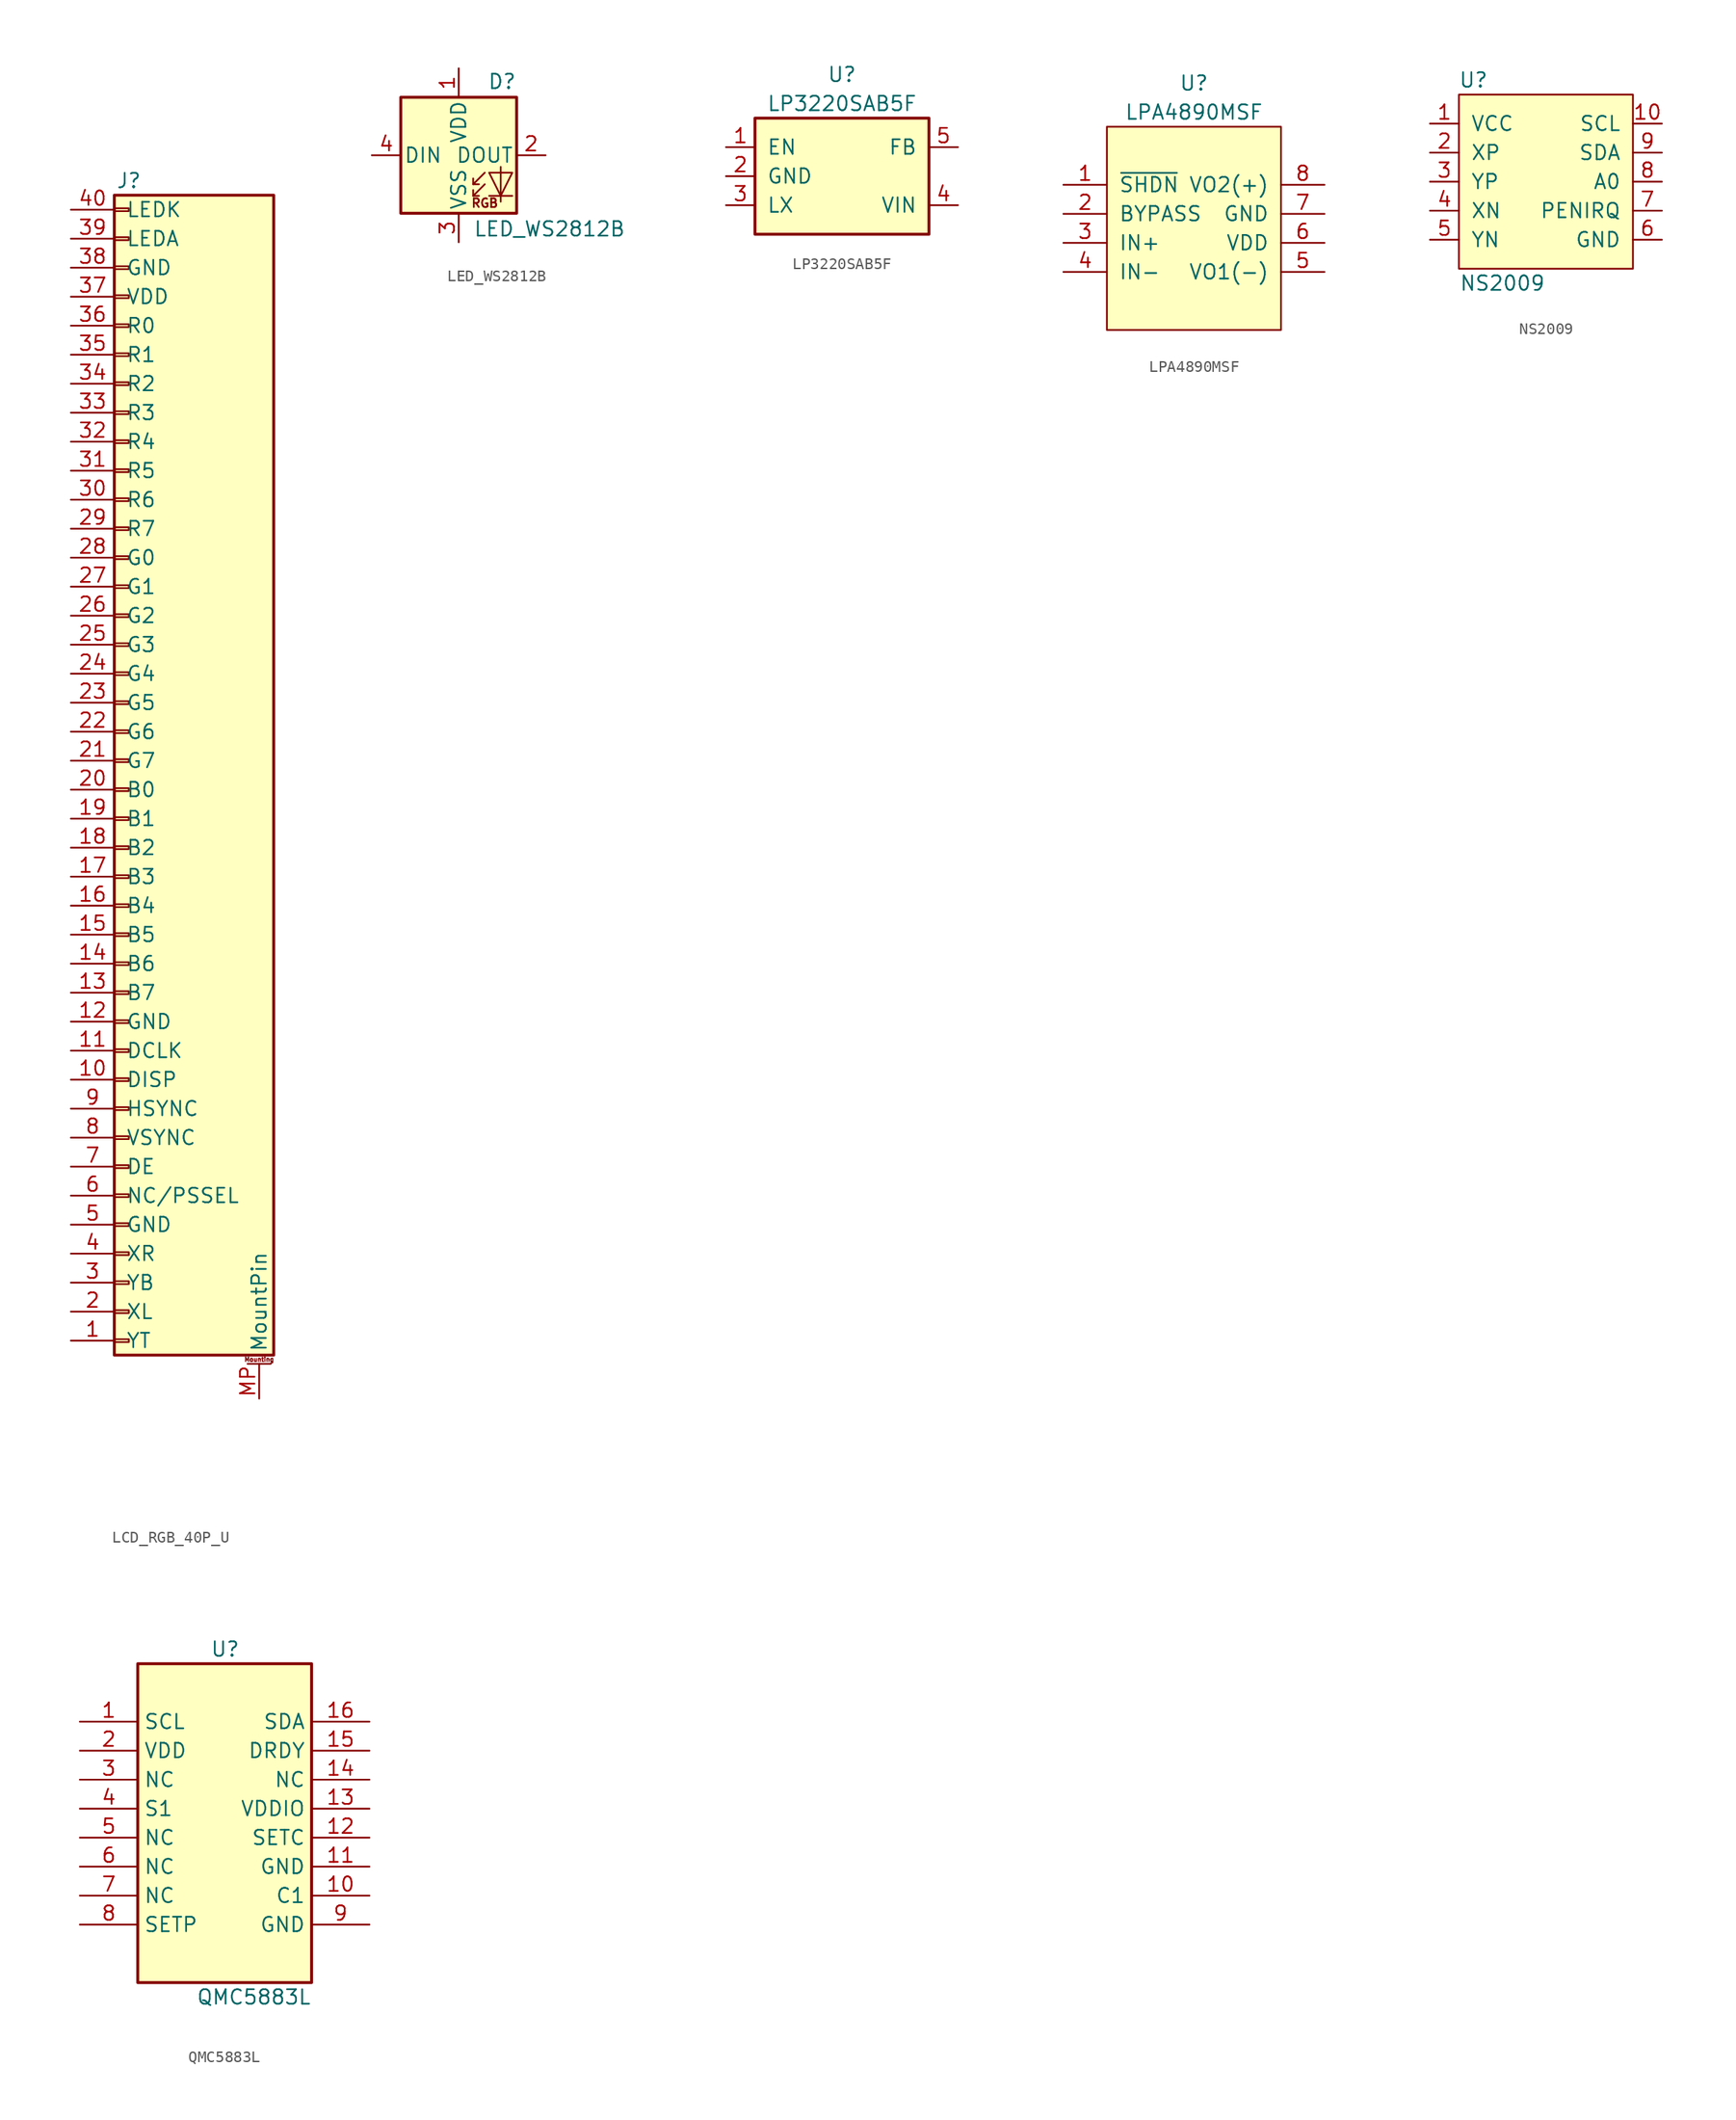
<source format=kicad_sym>
(kicad_symbol_lib
  (version 20201005)
  (generator kicad_symbol_editor)
  (symbol "xfdr0805:LCD_RGB_40P_U"
    (pin_names
      (offset 1.016))
    (property "Reference" "J"
      (at 0 50.8 0)
      (effects (font (size 1.27 1.27))))
    (symbol "LCD_RGB_40P_U_1_1"
      (text "Mounting" (at 11.43 -52.451 0) (effects (font (size 0.381 0.381))))
      (rectangle (start -1.27 -50.673) (end 0 -50.927) (stroke (width 0.152)) (fill (type none)))
      (rectangle (start -1.27 -48.133) (end 0 -48.387) (stroke (width 0.152)) (fill (type none)))
      (rectangle (start -1.27 -45.593) (end 0 -45.847) (stroke (width 0.152)) (fill (type none)))
      (rectangle (start -1.27 -43.053) (end 0 -43.307) (stroke (width 0.152)) (fill (type none)))
      (rectangle (start -1.27 -40.513) (end 0 -40.767) (stroke (width 0.152)) (fill (type none)))
      (rectangle (start -1.27 -37.973) (end 0 -38.227) (stroke (width 0.152)) (fill (type none)))
      (rectangle (start -1.27 -35.433) (end 0 -35.687) (stroke (width 0.152)) (fill (type none)))
      (rectangle (start -1.27 -32.893) (end 0 -33.147) (stroke (width 0.152)) (fill (type none)))
      (rectangle (start -1.27 -30.353) (end 0 -30.607) (stroke (width 0.152)) (fill (type none)))
      (rectangle (start -1.27 -27.813) (end 0 -28.067) (stroke (width 0.152)) (fill (type none)))
      (rectangle (start -1.27 -25.273) (end 0 -25.527) (stroke (width 0.152)) (fill (type none)))
      (rectangle (start -1.27 -22.733) (end 0 -22.987) (stroke (width 0.152)) (fill (type none)))
      (rectangle (start -1.27 -20.193) (end 0 -20.447) (stroke (width 0.152)) (fill (type none)))
      (rectangle (start -1.27 -17.653) (end 0 -17.907) (stroke (width 0.152)) (fill (type none)))
      (rectangle (start -1.27 -15.113) (end 0 -15.367) (stroke (width 0.152)) (fill (type none)))
      (rectangle (start -1.27 -12.573) (end 0 -12.827) (stroke (width 0.152)) (fill (type none)))
      (rectangle (start -1.27 -10.033) (end 0 -10.287) (stroke (width 0.152)) (fill (type none)))
      (rectangle (start -1.27 -7.493) (end 0 -7.747) (stroke (width 0.152)) (fill (type none)))
      (rectangle (start -1.27 -4.953) (end 0 -5.207) (stroke (width 0.152)) (fill (type none)))
      (rectangle (start -1.27 -2.413) (end 0 -2.667) (stroke (width 0.152)) (fill (type none)))
      (rectangle (start -1.27 0.127) (end 0 -0.127) (stroke (width 0.152)) (fill (type none)))
      (rectangle (start -1.27 2.667) (end 0 2.413) (stroke (width 0.152)) (fill (type none)))
      (rectangle (start -1.27 5.207) (end 0 4.953) (stroke (width 0.152)) (fill (type none)))
      (rectangle (start -1.27 7.747) (end 0 7.493) (stroke (width 0.152)) (fill (type none)))
      (rectangle (start -1.27 10.287) (end 0 10.033) (stroke (width 0.152)) (fill (type none)))
      (rectangle (start -1.27 12.827) (end 0 12.573) (stroke (width 0.152)) (fill (type none)))
      (rectangle (start -1.27 15.367) (end 0 15.113) (stroke (width 0.152)) (fill (type none)))
      (rectangle (start -1.27 17.907) (end 0 17.653) (stroke (width 0.152)) (fill (type none)))
      (rectangle (start -1.27 20.447) (end 0 20.193) (stroke (width 0.152)) (fill (type none)))
      (rectangle (start -1.27 22.987) (end 0 22.733) (stroke (width 0.152)) (fill (type none)))
      (rectangle (start -1.27 25.527) (end 0 25.273) (stroke (width 0.152)) (fill (type none)))
      (rectangle (start -1.27 28.067) (end 0 27.813) (stroke (width 0.152)) (fill (type none)))
      (rectangle (start -1.27 30.607) (end 0 30.353) (stroke (width 0.152)) (fill (type none)))
      (rectangle (start -1.27 33.147) (end 0 32.893) (stroke (width 0.152)) (fill (type none)))
      (rectangle (start -1.27 35.687) (end 0 35.433) (stroke (width 0.152)) (fill (type none)))
      (rectangle (start -1.27 38.227) (end 0 37.973) (stroke (width 0.152)) (fill (type none)))
      (rectangle (start -1.27 40.767) (end 0 40.513) (stroke (width 0.152)) (fill (type none)))
      (rectangle (start -1.27 43.307) (end 0 43.053) (stroke (width 0.152)) (fill (type none)))
      (rectangle (start -1.27 45.847) (end 0 45.593) (stroke (width 0.152)) (fill (type none)))
      (rectangle (start -1.27 48.387) (end 0 48.133) (stroke (width 0.152)) (fill (type none)))
      (rectangle (start -1.27 49.53) (end 12.7 -52.07) (stroke (width 0.254)) (fill (type background)))
      (polyline (pts (xy 10.414 -52.832) (xy 12.446 -52.832)) (stroke (width 0.152)) (fill (type none)))
      (pin passive line (at -5.08 -50.8 0) (length 3.81) (name "YT" (effects (font (size 1.27 1.27)))) (number "1" (effects (font (size 1.27 1.27)))))
      (pin passive line (at -5.08 -27.94 0) (length 3.81) (name "DISP" (effects (font (size 1.27 1.27)))) (number "10" (effects (font (size 1.27 1.27)))))
      (pin passive line (at -5.08 -25.4 0) (length 3.81) (name "DCLK" (effects (font (size 1.27 1.27)))) (number "11" (effects (font (size 1.27 1.27)))))
      (pin passive line (at -5.08 -22.86 0) (length 3.81) (name "GND" (effects (font (size 1.27 1.27)))) (number "12" (effects (font (size 1.27 1.27)))))
      (pin passive line (at -5.08 -20.32 0) (length 3.81) (name "B7" (effects (font (size 1.27 1.27)))) (number "13" (effects (font (size 1.27 1.27)))))
      (pin passive line (at -5.08 -17.78 0) (length 3.81) (name "B6" (effects (font (size 1.27 1.27)))) (number "14" (effects (font (size 1.27 1.27)))))
      (pin passive line (at -5.08 -15.24 0) (length 3.81) (name "B5" (effects (font (size 1.27 1.27)))) (number "15" (effects (font (size 1.27 1.27)))))
      (pin passive line (at -5.08 -12.7 0) (length 3.81) (name "B4" (effects (font (size 1.27 1.27)))) (number "16" (effects (font (size 1.27 1.27)))))
      (pin passive line (at -5.08 -10.16 0) (length 3.81) (name "B3" (effects (font (size 1.27 1.27)))) (number "17" (effects (font (size 1.27 1.27)))))
      (pin passive line (at -5.08 -7.62 0) (length 3.81) (name "B2" (effects (font (size 1.27 1.27)))) (number "18" (effects (font (size 1.27 1.27)))))
      (pin passive line (at -5.08 -5.08 0) (length 3.81) (name "B1" (effects (font (size 1.27 1.27)))) (number "19" (effects (font (size 1.27 1.27)))))
      (pin passive line (at -5.08 -48.26 0) (length 3.81) (name "XL" (effects (font (size 1.27 1.27)))) (number "2" (effects (font (size 1.27 1.27)))))
      (pin passive line (at -5.08 -2.54 0) (length 3.81) (name "B0" (effects (font (size 1.27 1.27)))) (number "20" (effects (font (size 1.27 1.27)))))
      (pin passive line (at -5.08 0 0) (length 3.81) (name "G7" (effects (font (size 1.27 1.27)))) (number "21" (effects (font (size 1.27 1.27)))))
      (pin passive line (at -5.08 2.54 0) (length 3.81) (name "G6" (effects (font (size 1.27 1.27)))) (number "22" (effects (font (size 1.27 1.27)))))
      (pin passive line (at -5.08 5.08 0) (length 3.81) (name "G5" (effects (font (size 1.27 1.27)))) (number "23" (effects (font (size 1.27 1.27)))))
      (pin passive line (at -5.08 7.62 0) (length 3.81) (name "G4" (effects (font (size 1.27 1.27)))) (number "24" (effects (font (size 1.27 1.27)))))
      (pin passive line (at -5.08 10.16 0) (length 3.81) (name "G3" (effects (font (size 1.27 1.27)))) (number "25" (effects (font (size 1.27 1.27)))))
      (pin passive line (at -5.08 12.7 0) (length 3.81) (name "G2" (effects (font (size 1.27 1.27)))) (number "26" (effects (font (size 1.27 1.27)))))
      (pin passive line (at -5.08 15.24 0) (length 3.81) (name "G1" (effects (font (size 1.27 1.27)))) (number "27" (effects (font (size 1.27 1.27)))))
      (pin passive line (at -5.08 17.78 0) (length 3.81) (name "G0" (effects (font (size 1.27 1.27)))) (number "28" (effects (font (size 1.27 1.27)))))
      (pin passive line (at -5.08 20.32 0) (length 3.81) (name "R7" (effects (font (size 1.27 1.27)))) (number "29" (effects (font (size 1.27 1.27)))))
      (pin passive line (at -5.08 -45.72 0) (length 3.81) (name "YB" (effects (font (size 1.27 1.27)))) (number "3" (effects (font (size 1.27 1.27)))))
      (pin passive line (at -5.08 22.86 0) (length 3.81) (name "R6" (effects (font (size 1.27 1.27)))) (number "30" (effects (font (size 1.27 1.27)))))
      (pin passive line (at -5.08 25.4 0) (length 3.81) (name "R5" (effects (font (size 1.27 1.27)))) (number "31" (effects (font (size 1.27 1.27)))))
      (pin passive line (at -5.08 27.94 0) (length 3.81) (name "R4" (effects (font (size 1.27 1.27)))) (number "32" (effects (font (size 1.27 1.27)))))
      (pin passive line (at -5.08 30.48 0) (length 3.81) (name "R3" (effects (font (size 1.27 1.27)))) (number "33" (effects (font (size 1.27 1.27)))))
      (pin passive line (at -5.08 33.02 0) (length 3.81) (name "R2" (effects (font (size 1.27 1.27)))) (number "34" (effects (font (size 1.27 1.27)))))
      (pin passive line (at -5.08 35.56 0) (length 3.81) (name "R1" (effects (font (size 1.27 1.27)))) (number "35" (effects (font (size 1.27 1.27)))))
      (pin passive line (at -5.08 38.1 0) (length 3.81) (name "R0" (effects (font (size 1.27 1.27)))) (number "36" (effects (font (size 1.27 1.27)))))
      (pin passive line (at -5.08 40.64 0) (length 3.81) (name "VDD" (effects (font (size 1.27 1.27)))) (number "37" (effects (font (size 1.27 1.27)))))
      (pin passive line (at -5.08 43.18 0) (length 3.81) (name "GND" (effects (font (size 1.27 1.27)))) (number "38" (effects (font (size 1.27 1.27)))))
      (pin passive line (at -5.08 45.72 0) (length 3.81) (name "LEDA" (effects (font (size 1.27 1.27)))) (number "39" (effects (font (size 1.27 1.27)))))
      (pin passive line (at -5.08 -43.18 0) (length 3.81) (name "XR" (effects (font (size 1.27 1.27)))) (number "4" (effects (font (size 1.27 1.27)))))
      (pin passive line (at -5.08 48.26 0) (length 3.81) (name "LEDK" (effects (font (size 1.27 1.27)))) (number "40" (effects (font (size 1.27 1.27)))))
      (pin passive line (at -5.08 -40.64 0) (length 3.81) (name "GND" (effects (font (size 1.27 1.27)))) (number "5" (effects (font (size 1.27 1.27)))))
      (pin passive line (at -5.08 -38.1 0) (length 3.81) (name "NC/PSSEL" (effects (font (size 1.27 1.27)))) (number "6" (effects (font (size 1.27 1.27)))))
      (pin passive line (at -5.08 -35.56 0) (length 3.81) (name "DE" (effects (font (size 1.27 1.27)))) (number "7" (effects (font (size 1.27 1.27)))))
      (pin passive line (at -5.08 -33.02 0) (length 3.81) (name "VSYNC" (effects (font (size 1.27 1.27)))) (number "8" (effects (font (size 1.27 1.27)))))
      (pin passive line (at -5.08 -30.48 0) (length 3.81) (name "HSYNC" (effects (font (size 1.27 1.27)))) (number "9" (effects (font (size 1.27 1.27)))))
      (pin passive line (at 11.43 -55.88 90) (length 3.048) (name "MountPin" (effects (font (size 1.27 1.27)))) (number "MP" (effects (font (size 1.27 1.27)))))))
  (symbol "xfdr0805:LED_WS2812B"
    (pin_names
      (offset 0.254))
    (property "Reference" "D"
      (at 5.08 5.715 0)
      (effects (font (size 1.27 1.27)) (justify right bottom)))
    (property "Value" "LED_WS2812B"
      (at 1.27 -5.715 0)
      (effects (font (size 1.27 1.27)) (justify left top)))
    (symbol "LED_WS2812B_0_0"
      (text "RGB" (at 2.286 -4.191 0) (effects (font (size 0.762 0.762)))))
    (symbol "LED_WS2812B_0_1"
      (rectangle (start 5.08 5.08) (end -5.08 -5.08) (stroke (width 0.254)) (fill (type background)))
      (polyline (pts (xy 1.27 -3.556) (xy 1.778 -3.556)) (stroke (width 0)) (fill (type none)))
      (polyline (pts (xy 1.27 -2.54) (xy 1.778 -2.54)) (stroke (width 0)) (fill (type none)))
      (polyline (pts (xy 4.699 -3.556) (xy 2.667 -3.556)) (stroke (width 0)) (fill (type none)))
      (polyline (pts (xy 2.286 -2.54) (xy 1.27 -3.556) (xy 1.27 -3.048)) (stroke (width 0)) (fill (type none)))
      (polyline (pts (xy 2.286 -1.524) (xy 1.27 -2.54) (xy 1.27 -2.032)) (stroke (width 0)) (fill (type none)))
      (polyline (pts (xy 3.683 -1.016) (xy 3.683 -3.556) (xy 3.683 -4.064)) (stroke (width 0)) (fill (type none)))
      (polyline (pts (xy 4.699 -1.524) (xy 2.667 -1.524) (xy 3.683 -3.556) (xy 4.699 -1.524)) (stroke (width 0)) (fill (type none))))
    (symbol "LED_WS2812B_1_1"
      (pin power_in line (at 0 7.62 270) (length 2.54) (name "VDD" (effects (font (size 1.27 1.27)))) (number "1" (effects (font (size 1.27 1.27)))))
      (pin output line (at 7.62 0 180) (length 2.54) (name "DOUT" (effects (font (size 1.27 1.27)))) (number "2" (effects (font (size 1.27 1.27)))))
      (pin power_in line (at 0 -7.62 90) (length 2.54) (name "VSS" (effects (font (size 1.27 1.27)))) (number "3" (effects (font (size 1.27 1.27)))))
      (pin input line (at -7.62 0 0) (length 2.54) (name "DIN" (effects (font (size 1.27 1.27)))) (number "4" (effects (font (size 1.27 1.27)))))))
  (symbol "xfdr0805:LP3220SAB5F"
    (pin_names
      (offset 1.016))
    (property "Reference" "U"
      (at 0 8.89 0)
      (effects (font (size 1.27 1.27))))
    (property "Value" "LP3220SAB5F"
      (at 0 6.35 0)
      (effects (font (size 1.27 1.27))))
    (symbol "LP3220SAB5F_1_1"
      (rectangle (start -7.62 5.08) (end 7.62 -5.08) (stroke (width 0.254)) (fill (type background)))
      (pin input line (at -10.16 2.54 0) (length 2.54) (name "EN" (effects (font (size 1.27 1.27)))) (number "1" (effects (font (size 1.27 1.27)))))
      (pin power_in line (at -10.16 0 0) (length 2.54) (name "GND" (effects (font (size 1.27 1.27)))) (number "2" (effects (font (size 1.27 1.27)))))
      (pin power_out line (at -10.16 -2.54 0) (length 2.54) (name "LX" (effects (font (size 1.27 1.27)))) (number "3" (effects (font (size 1.27 1.27)))))
      (pin power_in line (at 10.16 -2.54 180) (length 2.54) (name "VIN" (effects (font (size 1.27 1.27)))) (number "4" (effects (font (size 1.27 1.27)))))
      (pin power_out line (at 10.16 2.54 180) (length 2.54) (name "FB" (effects (font (size 1.27 1.27)))) (number "5" (effects (font (size 1.27 1.27)))))))
  (symbol "xfdr0805:LPA4890MSF"
    (pin_names
      (offset 1.016))
    (property "Reference" "U"
      (at 0 12.7 0)
      (effects (font (size 1.27 1.27))))
    (property "Value" "LPA4890MSF"
      (at 0 10.16 0)
      (effects (font (size 1.27 1.27))))
    (symbol "LPA4890MSF_0_1"
      (rectangle (start -7.62 8.89) (end 7.62 -8.89) (stroke (width 0)) (fill (type background))))
    (symbol "LPA4890MSF_1_1"
      (pin passive line (at -11.43 3.81 0) (length 3.81) (name "~SHDN" (effects (font (size 1.27 1.27)))) (number "1" (effects (font (size 1.27 1.27)))))
      (pin passive line (at -11.43 1.27 0) (length 3.81) (name "BYPASS" (effects (font (size 1.27 1.27)))) (number "2" (effects (font (size 1.27 1.27)))))
      (pin passive line (at -11.43 -1.27 0) (length 3.81) (name "IN+" (effects (font (size 1.27 1.27)))) (number "3" (effects (font (size 1.27 1.27)))))
      (pin passive line (at -11.43 -3.81 0) (length 3.81) (name "IN-" (effects (font (size 1.27 1.27)))) (number "4" (effects (font (size 1.27 1.27)))))
      (pin passive line (at 11.43 -3.81 180) (length 3.81) (name "VO1(-)" (effects (font (size 1.27 1.27)))) (number "5" (effects (font (size 1.27 1.27)))))
      (pin passive line (at 11.43 -1.27 180) (length 3.81) (name "VDD" (effects (font (size 1.27 1.27)))) (number "6" (effects (font (size 1.27 1.27)))))
      (pin passive line (at 11.43 1.27 180) (length 3.81) (name "GND" (effects (font (size 1.27 1.27)))) (number "7" (effects (font (size 1.27 1.27)))))
      (pin passive line (at 11.43 3.81 180) (length 3.81) (name "VO2(+)" (effects (font (size 1.27 1.27)))) (number "8" (effects (font (size 1.27 1.27)))))))
  (symbol "xfdr0805:NS2009"
    (pin_names
      (offset 1.016))
    (property "Reference" "U"
      (at -6.35 8.89 0)
      (effects (font (size 1.27 1.27))))
    (property "Value" "NS2009"
      (at -3.81 -8.89 0)
      (effects (font (size 1.27 1.27))))
    (symbol "NS2009_0_1"
      (polyline (pts (xy -7.62 7.62) (xy 7.62 7.62) (xy 7.62 -7.62) (xy -7.62 -7.62) (xy -7.62 7.62)) (stroke (width 0)) (fill (type background))))
    (symbol "NS2009_1_1"
      (pin input line (at -10.16 5.08 0) (length 2.54) (name "VCC" (effects (font (size 1.27 1.27)))) (number "1" (effects (font (size 1.27 1.27)))))
      (pin input line (at 10.16 5.08 180) (length 2.54) (name "SCL" (effects (font (size 1.27 1.27)))) (number "10" (effects (font (size 1.27 1.27)))))
      (pin input line (at -10.16 2.54 0) (length 2.54) (name "XP" (effects (font (size 1.27 1.27)))) (number "2" (effects (font (size 1.27 1.27)))))
      (pin input line (at -10.16 0 0) (length 2.54) (name "YP" (effects (font (size 1.27 1.27)))) (number "3" (effects (font (size 1.27 1.27)))))
      (pin input line (at -10.16 -2.54 0) (length 2.54) (name "XN" (effects (font (size 1.27 1.27)))) (number "4" (effects (font (size 1.27 1.27)))))
      (pin input line (at -10.16 -5.08 0) (length 2.54) (name "YN" (effects (font (size 1.27 1.27)))) (number "5" (effects (font (size 1.27 1.27)))))
      (pin input line (at 10.16 -5.08 180) (length 2.54) (name "GND" (effects (font (size 1.27 1.27)))) (number "6" (effects (font (size 1.27 1.27)))))
      (pin input line (at 10.16 -2.54 180) (length 2.54) (name "PENIRQ" (effects (font (size 1.27 1.27)))) (number "7" (effects (font (size 1.27 1.27)))))
      (pin input line (at 10.16 0 180) (length 2.54) (name "A0" (effects (font (size 1.27 1.27)))) (number "8" (effects (font (size 1.27 1.27)))))
      (pin input line (at 10.16 2.54 180) (length 2.54) (name "SDA" (effects (font (size 1.27 1.27)))) (number "9" (effects (font (size 1.27 1.27)))))))
  (symbol "xfdr0805:QMC5883L"
    (property "Reference" "U"
      (at -1.27 16.51 0)
      (effects (font (size 1.27 1.27)) (justify left)))
    (property "Value" "QMC5883L"
      (at 7.62 -13.97 0)
      (effects (font (size 1.27 1.27)) (justify right)))
    (symbol "QMC5883L_0_0"
      (rectangle (start -7.62 15.24) (end 7.62 -12.7) (stroke (width 0.254)) (fill (type background))))
    (symbol "QMC5883L_1_1"
      (pin input line (at -12.7 10.16 0) (length 5.08) (name "SCL" (effects (font (size 1.27 1.27)))) (number "1" (effects (font (size 1.27 1.27)))))
      (pin input line (at 12.7 -5.08 180) (length 5.08) (name "C1" (effects (font (size 1.27 1.27)))) (number "10" (effects (font (size 1.27 1.27)))))
      (pin input line (at 12.7 -2.54 180) (length 5.08) (name "GND" (effects (font (size 1.27 1.27)))) (number "11" (effects (font (size 1.27 1.27)))))
      (pin input line (at 12.7 0 180) (length 5.08) (name "SETC" (effects (font (size 1.27 1.27)))) (number "12" (effects (font (size 1.27 1.27)))))
      (pin input line (at 12.7 2.54 180) (length 5.08) (name "VDDIO" (effects (font (size 1.27 1.27)))) (number "13" (effects (font (size 1.27 1.27)))))
      (pin input line (at 12.7 5.08 180) (length 5.08) (name "NC" (effects (font (size 1.27 1.27)))) (number "14" (effects (font (size 1.27 1.27)))))
      (pin input line (at 12.7 7.62 180) (length 5.08) (name "DRDY" (effects (font (size 1.27 1.27)))) (number "15" (effects (font (size 1.27 1.27)))))
      (pin input line (at 12.7 10.16 180) (length 5.08) (name "SDA" (effects (font (size 1.27 1.27)))) (number "16" (effects (font (size 1.27 1.27)))))
      (pin input line (at -12.7 7.62 0) (length 5.08) (name "VDD" (effects (font (size 1.27 1.27)))) (number "2" (effects (font (size 1.27 1.27)))))
      (pin input line (at -12.7 5.08 0) (length 5.08) (name "NC" (effects (font (size 1.27 1.27)))) (number "3" (effects (font (size 1.27 1.27)))))
      (pin input line (at -12.7 2.54 0) (length 5.08) (name "S1" (effects (font (size 1.27 1.27)))) (number "4" (effects (font (size 1.27 1.27)))))
      (pin input line (at -12.7 0 0) (length 5.08) (name "NC" (effects (font (size 1.27 1.27)))) (number "5" (effects (font (size 1.27 1.27)))))
      (pin input line (at -12.7 -2.54 0) (length 5.08) (name "NC" (effects (font (size 1.27 1.27)))) (number "6" (effects (font (size 1.27 1.27)))))
      (pin input line (at -12.7 -5.08 0) (length 5.08) (name "NC" (effects (font (size 1.27 1.27)))) (number "7" (effects (font (size 1.27 1.27)))))
      (pin input line (at -12.7 -7.62 0) (length 5.08) (name "SETP" (effects (font (size 1.27 1.27)))) (number "8" (effects (font (size 1.27 1.27)))))
      (pin input line (at 12.7 -7.62 180) (length 5.08) (name "GND" (effects (font (size 1.27 1.27)))) (number "9" (effects (font (size 1.27 1.27))))))))
</source>
